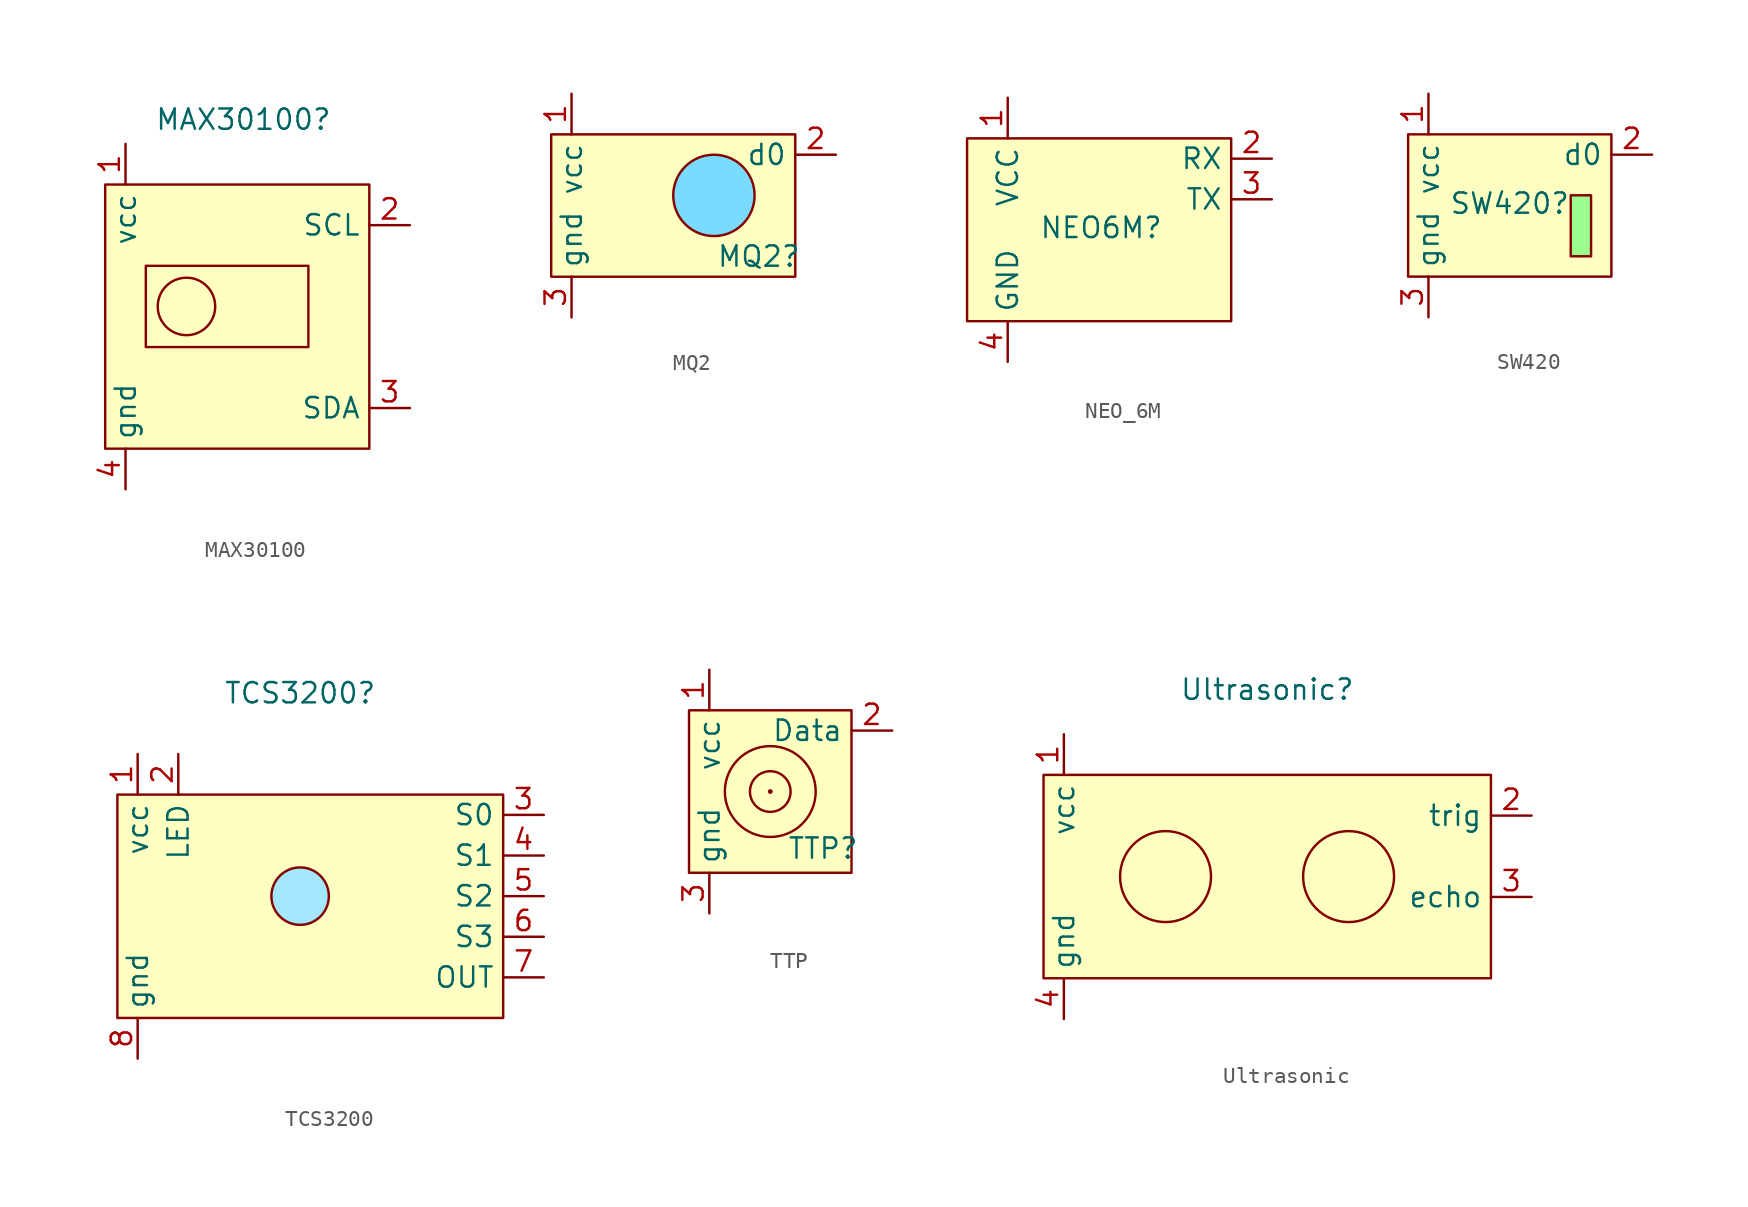
<source format=kicad_sym>
(kicad_symbol_lib
  (version 20231120)
  (generator "kicad_symbol_editor")
  (generator_version "8.0")
  (symbol "MAX30100"
    (property "Reference" "MAX30100"
      (at -0.254 11.684 0)
      (effects (font (size 1.27 1.27))))
    (property "Value" ""
      (at 0 0 0)
      (effects (font (size 1.27 1.27))))
    (symbol "MAX30100_1_1"
      (rectangle (start -8.89 7.62) (end 7.62 -8.89) (stroke (width 0) (type default)) (fill (type background)))
      (rectangle (start -6.35 2.54) (end 3.81 -2.54) (stroke (width 0) (type default)) (fill (type none)))
      (circle (center -3.81 0) (radius 1.796) (stroke (width 0) (type default)) (fill (type none)))
      (pin power_in line (at -7.62 10.16 270) (length 2.54) (name "vcc" (effects (font (size 1.27 1.27)))) (number "1" (effects (font (size 1.27 1.27)))))
      (pin bidirectional line (at 10.16 5.08 180) (length 2.54) (name "SCL" (effects (font (size 1.27 1.27)))) (number "2" (effects (font (size 1.27 1.27)))))
      (pin bidirectional line (at 10.16 -6.35 180) (length 2.54) (name "SDA" (effects (font (size 1.27 1.27)))) (number "3" (effects (font (size 1.27 1.27)))))
      (pin power_in line (at -7.62 -11.43 90) (length 2.54) (name "gnd" (effects (font (size 1.27 1.27)))) (number "4" (effects (font (size 1.27 1.27)))))))
  (symbol "MQ2"
    (property "Reference" "MQ2"
      (at 5.334 -3.81 0)
      (effects (font (size 1.27 1.27))))
    (property "Value" ""
      (at 0 0 0)
      (effects (font (size 1.27 1.27))))
    (symbol "MQ2_1_1"
      (rectangle (start -7.62 3.81) (end 7.62 -5.08) (stroke (width 0) (type default)) (fill (type background)))
      (circle (center 2.54 0) (radius 2.54) (stroke (width 0) (type default)) (fill (type color) (color 120 219 255 1)))
      (pin power_in line (at -6.35 6.35 270) (length 2.54) (name "vcc" (effects (font (size 1.27 1.27)))) (number "1" (effects (font (size 1.27 1.27)))))
      (pin bidirectional line (at 10.16 2.54 180) (length 2.54) (name "d0" (effects (font (size 1.27 1.27)))) (number "2" (effects (font (size 1.27 1.27)))))
      (pin power_in line (at -6.35 -7.62 90) (length 2.54) (name "gnd" (effects (font (size 1.27 1.27)))) (number "3" (effects (font (size 1.27 1.27)))))))
  (symbol "NEO_6M"
    (property "Reference" "NEO6M"
      (at 0.762 0.762 0)
      (effects (font (size 1.27 1.27))))
    (property "Value" ""
      (at 0 0 0)
      (effects (font (size 1.27 1.27))))
    (symbol "NEO_6M_1_1"
      (rectangle (start -7.62 6.35) (end 8.89 -5.08) (stroke (width 0) (type default)) (fill (type background)))
      (pin power_in line (at -5.08 8.89 270) (length 2.54) (name "VCC" (effects (font (size 1.27 1.27)))) (number "1" (effects (font (size 1.27 1.27)))))
      (pin bidirectional line (at 11.43 5.08 180) (length 2.54) (name "RX" (effects (font (size 1.27 1.27)))) (number "2" (effects (font (size 1.27 1.27)))))
      (pin bidirectional line (at 11.43 2.54 180) (length 2.54) (name "TX" (effects (font (size 1.27 1.27)))) (number "3" (effects (font (size 1.27 1.27)))))
      (pin power_in line (at -5.08 -7.62 90) (length 2.54) (name "GND" (effects (font (size 1.27 1.27)))) (number "4" (effects (font (size 1.27 1.27)))))))
  (symbol "SW420"
    (property "Reference" "SW420"
      (at 0 -0.508 0)
      (effects (font (size 1.27 1.27))))
    (property "Value" ""
      (at 0 0 0)
      (effects (font (size 1.27 1.27))))
    (symbol "SW420_1_1"
      (rectangle (start -6.35 3.81) (end 6.35 -5.08) (stroke (width 0) (type default)) (fill (type background)))
      (rectangle (start 3.81 0) (end 5.08 -3.81) (stroke (width 0) (type default)) (fill (type color) (color 155 255 143 1)))
      (pin power_in line (at -5.08 6.35 270) (length 2.54) (name "vcc" (effects (font (size 1.27 1.27)))) (number "1" (effects (font (size 1.27 1.27)))))
      (pin bidirectional line (at 8.89 2.54 180) (length 2.54) (name "d0" (effects (font (size 1.27 1.27)))) (number "2" (effects (font (size 1.27 1.27)))))
      (pin power_in line (at -5.08 -7.62 90) (length 2.54) (name "gnd" (effects (font (size 1.27 1.27)))) (number "3" (effects (font (size 1.27 1.27)))))))
  (symbol "TCS3200"
    (property "Reference" "TCS3200"
      (at 0 12.7 0)
      (effects (font (size 1.27 1.27))))
    (property "Value" ""
      (at 0 0 0)
      (effects (font (size 1.27 1.27))))
    (symbol "TCS3200_1_1"
      (rectangle (start -11.43 6.35) (end 12.7 -7.62) (stroke (width 0) (type default)) (fill (type background)))
      (circle (center 0 0) (radius 1.796) (stroke (width 0) (type default)) (fill (type color) (color 164 232 255 1)))
      (pin power_in line (at -10.16 8.89 270) (length 2.54) (name "vcc" (effects (font (size 1.27 1.27)))) (number "1" (effects (font (size 1.27 1.27)))))
      (pin bidirectional line (at -7.62 8.89 270) (length 2.54) (name "LED" (effects (font (size 1.27 1.27)))) (number "2" (effects (font (size 1.27 1.27)))))
      (pin bidirectional line (at 15.24 5.08 180) (length 2.54) (name "S0" (effects (font (size 1.27 1.27)))) (number "3" (effects (font (size 1.27 1.27)))))
      (pin bidirectional line (at 15.24 2.54 180) (length 2.54) (name "S1" (effects (font (size 1.27 1.27)))) (number "4" (effects (font (size 1.27 1.27)))))
      (pin bidirectional line (at 15.24 0 180) (length 2.54) (name "S2" (effects (font (size 1.27 1.27)))) (number "5" (effects (font (size 1.27 1.27)))))
      (pin bidirectional line (at 15.24 -2.54 180) (length 2.54) (name "S3" (effects (font (size 1.27 1.27)))) (number "6" (effects (font (size 1.27 1.27)))))
      (pin bidirectional line (at 15.24 -5.08 180) (length 2.54) (name "OUT" (effects (font (size 1.27 1.27)))) (number "7" (effects (font (size 1.27 1.27)))))
      (pin power_in line (at -10.16 -10.16 90) (length 2.54) (name "gnd" (effects (font (size 1.27 1.27)))) (number "8" (effects (font (size 1.27 1.27)))))))
  (symbol "TTP"
    (property "Reference" "TTP"
      (at 3.302 -4.826 0)
      (effects (font (size 1.27 1.27))))
    (property "Value" ""
      (at 0 0 0)
      (effects (font (size 1.27 1.27))))
    (symbol "TTP_1_1"
      (rectangle (start -5.08 3.81) (end 5.08 -6.35) (stroke (width 0) (type default)) (fill (type background)))
      (circle (center 0 -1.27) (radius 0.0001) (stroke (width 0) (type default)) (fill (type none)))
      (circle (center 0 -1.27) (radius 1.27) (stroke (width 0) (type default)) (fill (type none)))
      (circle (center 0 -1.27) (radius 2.84) (stroke (width 0) (type default)) (fill (type none)))
      (pin power_in line (at -3.81 6.35 270) (length 2.54) (name "vcc" (effects (font (size 1.27 1.27)))) (number "1" (effects (font (size 1.27 1.27)))))
      (pin bidirectional line (at 7.62 2.54 180) (length 2.54) (name "Data" (effects (font (size 1.27 1.27)))) (number "2" (effects (font (size 1.27 1.27)))))
      (pin power_in line (at -3.81 -8.89 90) (length 2.54) (name "gnd" (effects (font (size 1.27 1.27)))) (number "3" (effects (font (size 1.27 1.27)))))))
  (symbol "Ultrasonic"
    (property "Reference" "Ultrasonic"
      (at 0 10.414 0)
      (effects (font (size 1.27 1.27))))
    (property "Value" ""
      (at 0 0 0)
      (effects (font (size 1.27 1.27))))
    (symbol "Ultrasonic_1_1"
      (rectangle (start -13.97 5.08) (end 13.97 -7.62) (stroke (width 0) (type default)) (fill (type background)))
      (circle (center -6.35 -1.27) (radius 2.84) (stroke (width 0) (type default)) (fill (type none)))
      (circle (center 5.08 -1.27) (radius 2.84) (stroke (width 0) (type default)) (fill (type none)))
      (pin power_in line (at -12.7 7.62 270) (length 2.54) (name "vcc" (effects (font (size 1.27 1.27)))) (number "1" (effects (font (size 1.27 1.27)))))
      (pin bidirectional line (at 16.51 2.54 180) (length 2.54) (name "trig" (effects (font (size 1.27 1.27)))) (number "2" (effects (font (size 1.27 1.27)))))
      (pin bidirectional line (at 16.51 -2.54 180) (length 2.54) (name "echo" (effects (font (size 1.27 1.27)))) (number "3" (effects (font (size 1.27 1.27)))))
      (pin power_in line (at -12.7 -10.16 90) (length 2.54) (name "gnd" (effects (font (size 1.27 1.27)))) (number "4" (effects (font (size 1.27 1.27))))))))
</source>
